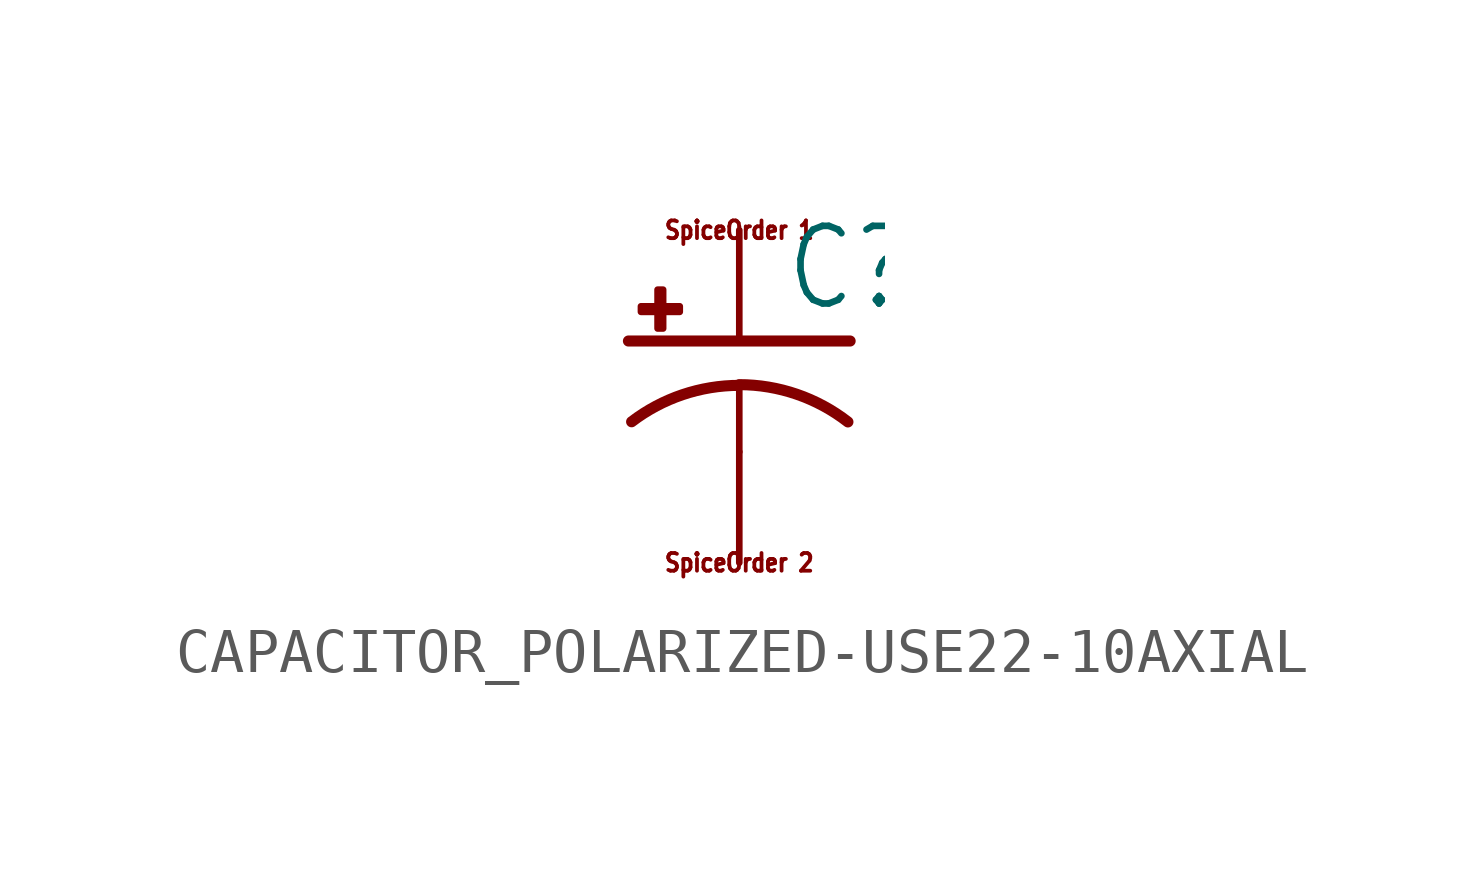
<source format=kicad_sym>
(kicad_symbol_lib
  (version 20231120)
  (generator "kicad_symbol_editor")
  (generator_version "8.0")
  (symbol "CAPACITOR_POLARIZED-USE22-10AXIAL"
    (property "Reference" "C"
      (at 1.016 0.635 0)
      (effects (font (size 1.778 1.511)) (justify left bottom)))
    (property "Value" ""
      (at 1.016 -4.191 0)
      (effects (font (size 1.778 1.511)) (justify left bottom)))
    (property "ki_locked" ""
      (at 0 0 0)
      (effects (font (size 1.27 1.27))))
    (symbol "CAPACITOR_POLARIZED-USE22-10AXIAL_1_0"
      (rectangle (start -2.253 0.668) (end -1.364 0.795) (stroke (width 0) (type default)) (fill (type outline)))
      (rectangle (start -1.872 0.287) (end -1.745 1.176) (stroke (width 0) (type default)) (fill (type outline)))
      (arc (start 0 -1.0161) (mid -1.3021 -1.2303) (end -2.4669 -1.8504) (stroke (width 0.254) (type solid)) (fill (type none)))
      (polyline (pts (xy -2.54 0) (xy 2.54 0)) (stroke (width 0.254) (type solid)) (fill (type none)))
      (polyline (pts (xy 0 -1.016) (xy 0 -2.54)) (stroke (width 0.152) (type solid)) (fill (type none)))
      (arc (start 2.4892 -1.8541) (mid 1.3158 -1.2194) (end 0 -1) (stroke (width 0.254) (type solid)) (fill (type none)))
      (text "SpiceOrder 1" (at 0 2.54 0) (effects (font (size 0.406 0.345))))
      (text "SpiceOrder 2" (at 0 -5.08 0) (effects (font (size 0.406 0.345))))
      (pin passive line (at 0 2.54 270) (length 2.54) (name "+" (effects (font (size 0 0)))) (number "+" (effects (font (size 0 0)))))
      (pin passive line (at 0 -5.08 90) (length 2.54) (name "-" (effects (font (size 0 0)))) (number "-" (effects (font (size 0 0))))))))
</source>
